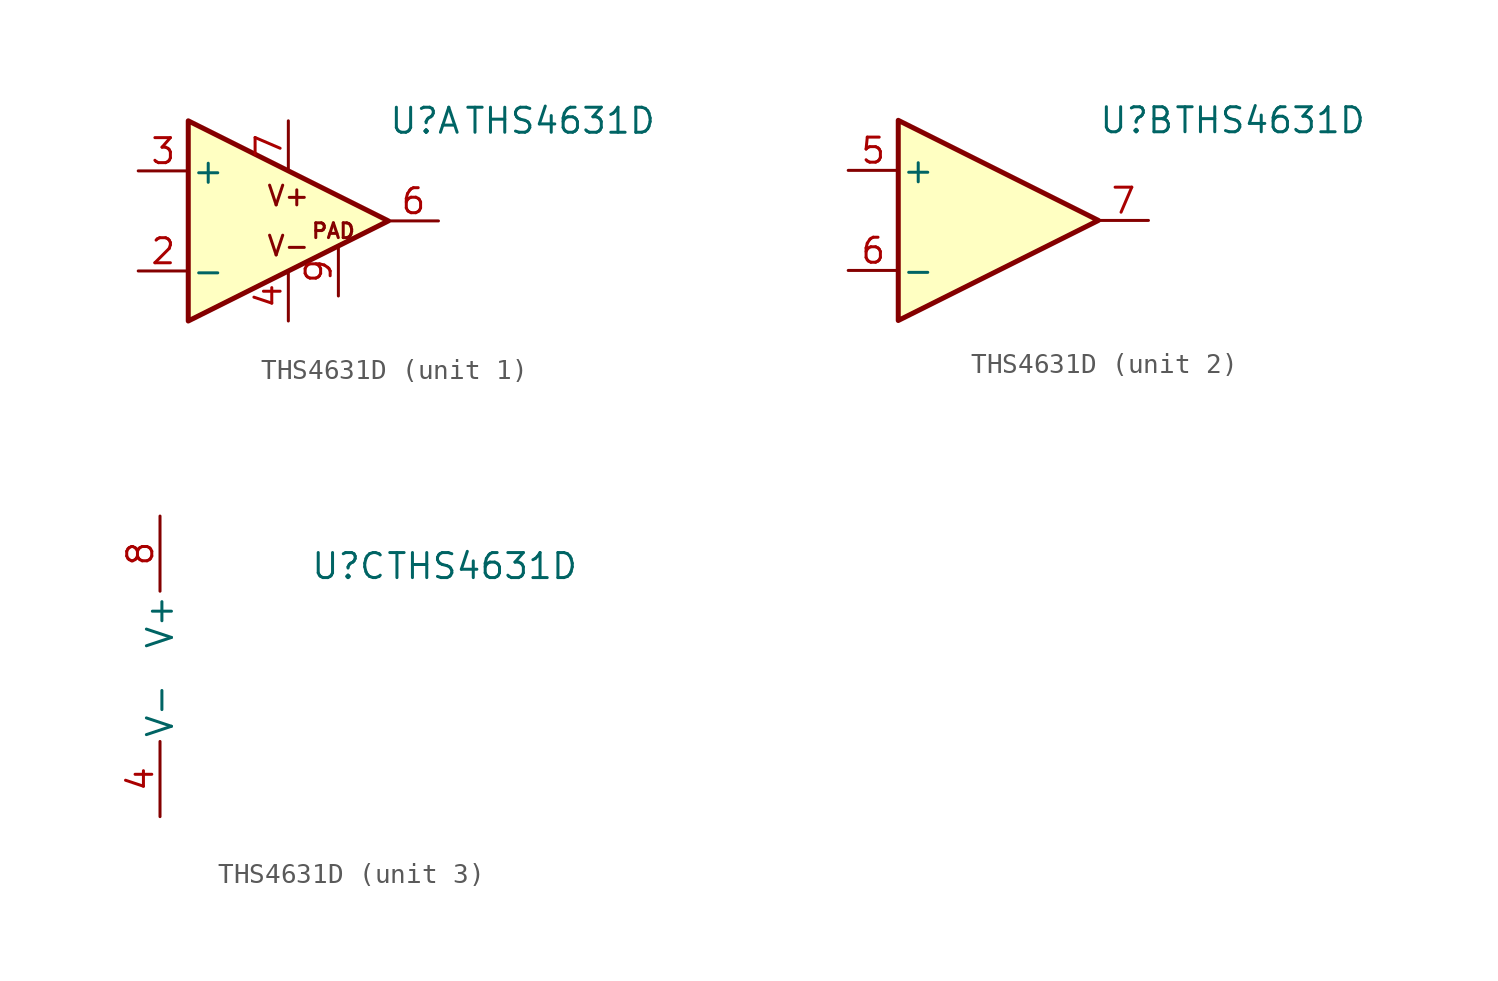
<source format=kicad_sym>
(kicad_symbol_lib
  (version 20220914)
  (generator kicad_symbol_editor)
  (symbol "THS4631D"
    (pin_names
      (offset 0.127))
    (property "Reference" "U"
      (at 5.08 5.08 0)
      (effects (font (size 1.27 1.27)) (justify left)))
    (property "Value" "THS4631D"
      (at 8.89 5.08 0)
      (effects (font (size 1.27 1.27)) (justify left)))
    (property "ki_locked" ""
      (at 0 0 0)
      (effects (font (size 1.27 1.27))))
    (symbol "THS4631D_1_1"
      (polyline (pts (xy -5.08 5.08) (xy 5.08 0) (xy -5.08 -5.08) (xy -5.08 5.08)) (stroke (width 0.254) (type default)) (fill (type background)))
      (text "PAD" (at 2.286 -0.508 0) (effects (font (size 0.75 0.75))))
      (text "V+" (at 0 1.27 0) (effects (font (size 1 1))))
      (text "V-" (at 0 -1.27 0) (effects (font (size 1 1))))
      (pin input line (at -7.62 -2.54 0) (length 2.54) (name "-" (effects (font (size 1.27 1.27)))) (number "2" (effects (font (size 1.27 1.27)))))
      (pin input line (at -7.62 2.54 0) (length 2.54) (name "+" (effects (font (size 1.27 1.27)))) (number "3" (effects (font (size 1.27 1.27)))))
      (pin output line (at 0 -5.08 90) (length 2.54) (name "~" (effects (font (size 1.27 1.27)))) (number "4" (effects (font (size 1.27 1.27)))))
      (pin output line (at 7.62 0 180) (length 2.54) (name "~" (effects (font (size 1.27 1.27)))) (number "6" (effects (font (size 1.27 1.27)))))
      (pin output line (at 0 5.08 270) (length 2.54) (name "~" (effects (font (size 1.27 1.27)))) (number "7" (effects (font (size 1.27 1.27)))))
      (pin output line (at 2.54 -3.81 90) (length 2.54) (name "~" (effects (font (size 1.27 1.27)))) (number "9" (effects (font (size 1.27 1.27))))))
    (symbol "THS4631D_2_1"
      (polyline (pts (xy -5.08 5.08) (xy 5.08 0) (xy -5.08 -5.08) (xy -5.08 5.08)) (stroke (width 0.254) (type default)) (fill (type background)))
      (pin input line (at -7.62 2.54 0) (length 2.54) (name "+" (effects (font (size 1.27 1.27)))) (number "5" (effects (font (size 1.27 1.27)))))
      (pin input line (at -7.62 -2.54 0) (length 2.54) (name "-" (effects (font (size 1.27 1.27)))) (number "6" (effects (font (size 1.27 1.27)))))
      (pin output line (at 7.62 0 180) (length 2.54) (name "~" (effects (font (size 1.27 1.27)))) (number "7" (effects (font (size 1.27 1.27))))))
    (symbol "THS4631D_3_1"
      (pin power_in line (at -2.54 -7.62 90) (length 3.81) (name "V-" (effects (font (size 1.27 1.27)))) (number "4" (effects (font (size 1.27 1.27)))))
      (pin power_in line (at -2.54 7.62 270) (length 3.81) (name "V+" (effects (font (size 1.27 1.27)))) (number "8" (effects (font (size 1.27 1.27))))))))
</source>
